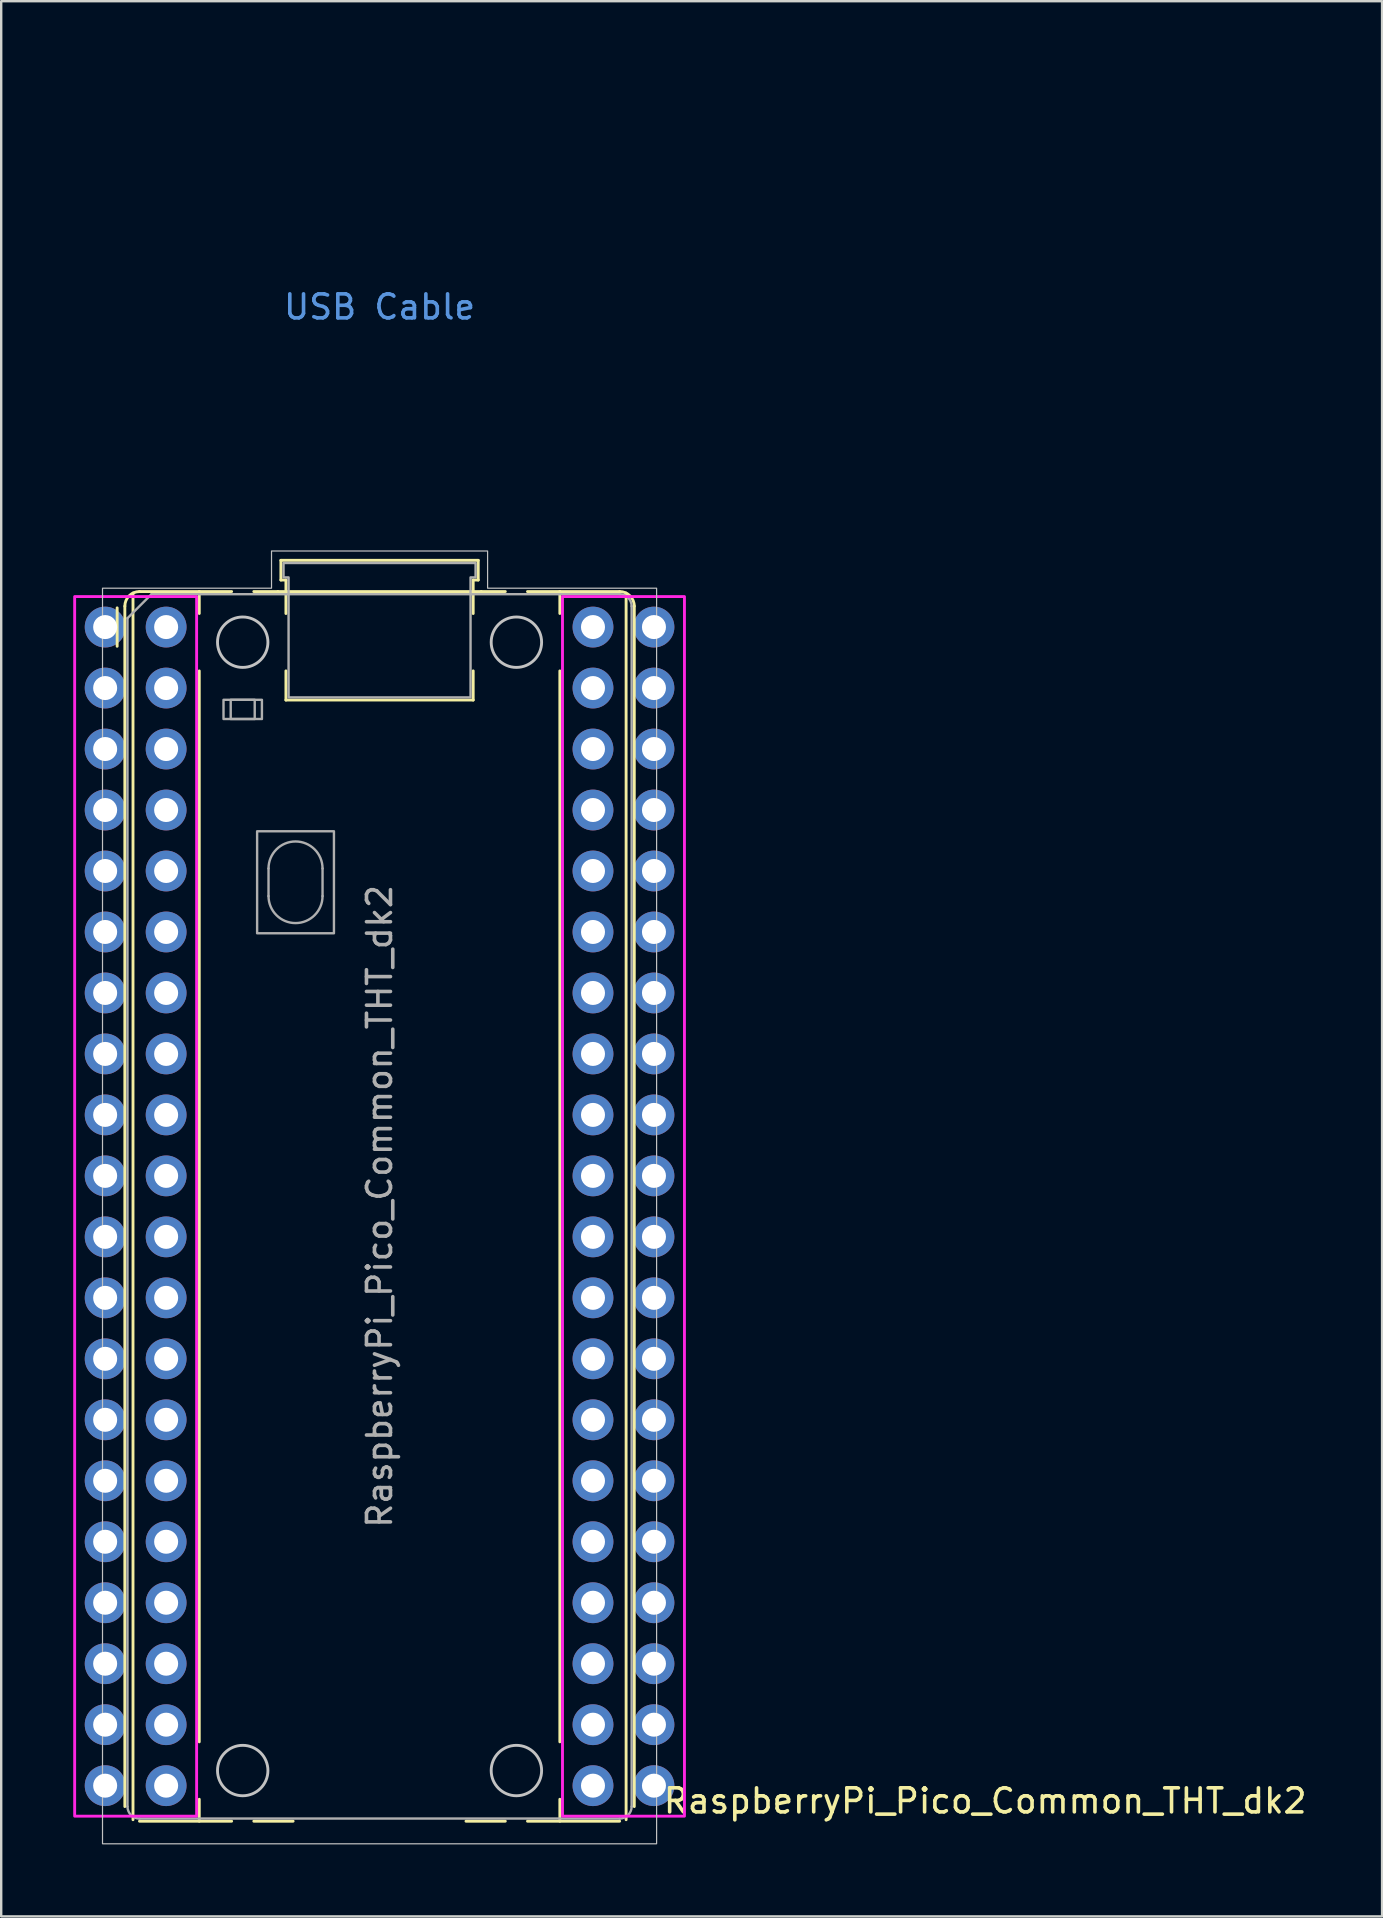
<source format=kicad_pcb>
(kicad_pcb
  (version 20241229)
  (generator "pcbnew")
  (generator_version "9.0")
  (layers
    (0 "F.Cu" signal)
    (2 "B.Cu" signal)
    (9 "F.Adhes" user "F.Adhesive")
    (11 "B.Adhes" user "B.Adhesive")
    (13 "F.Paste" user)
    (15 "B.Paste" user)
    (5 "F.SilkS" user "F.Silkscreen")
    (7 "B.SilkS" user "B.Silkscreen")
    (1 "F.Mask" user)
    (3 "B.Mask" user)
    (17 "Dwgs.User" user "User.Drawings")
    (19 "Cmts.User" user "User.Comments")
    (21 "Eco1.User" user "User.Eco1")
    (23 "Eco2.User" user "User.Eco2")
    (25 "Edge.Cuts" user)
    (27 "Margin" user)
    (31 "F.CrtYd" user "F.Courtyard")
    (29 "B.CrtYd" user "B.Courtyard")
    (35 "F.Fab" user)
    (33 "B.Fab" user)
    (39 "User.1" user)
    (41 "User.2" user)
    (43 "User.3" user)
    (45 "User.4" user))
  (footprint "RaspberryPi_Pico_Common_THT_dk2"
    (layer "F.Cu")
    (at 3.87 23.07)
    (property "Reference" "RaspberryPi_Pico_Common_THT_dk2" (at 20.637 48.895 0) (unlocked yes) (layer "F.SilkS") (effects (font (size 1 1) (thickness 0.15)) (justify left)))
    (attr through_hole)
    (fp_line (start -2.04 0.8) (end -2.04 -0.8) (stroke (width 0.12) (type solid)) (layer "F.SilkS"))
    (fp_line (start -1.72 -0.87) (end -1.72 49.13) (stroke (width 0.12) (type solid)) (layer "F.SilkS"))
    (fp_line (start -1.38 -1.417) (end -1.38 49.677) (stroke (width 0.12) (type solid)) (layer "F.SilkS"))
    (fp_line (start -1.11 -1.48) (end 1.38 -1.48) (stroke (width 0.12) (type solid)) (layer "F.SilkS"))
    (fp_line (start -1.11 49.74) (end 2.728 49.74) (stroke (width 0.12) (type solid)) (layer "F.SilkS"))
    (fp_line (start 1.38 -1.48) (end 1.38 -0.566) (stroke (width 0.12) (type solid)) (layer "F.SilkS"))
    (fp_line (start 1.38 -1.48) (end 2.728 -1.48) (stroke (width 0.12) (type solid)) (layer "F.SilkS"))
    (fp_line (start 1.38 1.826) (end 1.38 46.434) (stroke (width 0.12) (type solid)) (layer "F.SilkS"))
    (fp_line (start 1.38 48.826) (end 1.38 49.74) (stroke (width 0.12) (type solid)) (layer "F.SilkS"))
    (fp_line (start 3.652 -1.48) (end 4.655 -1.48) (stroke (width 0.12) (type solid)) (layer "F.SilkS"))
    (fp_line (start 4.655 -1.48) (end 13.125 -1.48) (stroke (width 0.12) (type solid)) (layer "F.SilkS"))
    (fp_line (start 4.78 -2.78) (end 4.78 -1.96) (stroke (width 0.12) (type solid)) (layer "F.SilkS"))
    (fp_line (start 4.78 -2.78) (end 13 -2.78) (stroke (width 0.12) (type solid)) (layer "F.SilkS"))
    (fp_line (start 4.78 -1.96) (end 4.99 -1.96) (stroke (width 0.12) (type solid)) (layer "F.SilkS"))
    (fp_line (start 4.99 -1.96) (end 4.99 -0.564) (stroke (width 0.12) (type solid)) (layer "F.SilkS"))
    (fp_line (start 4.99 1.824) (end 4.99 3.04) (stroke (width 0.12) (type solid)) (layer "F.SilkS"))
    (fp_line (start 5.29 49.74) (end 3.652 49.74) (stroke (width 0.12) (type solid)) (layer "F.SilkS"))
    (fp_line (start 12.79 -1.96) (end 12.79 -0.564) (stroke (width 0.12) (type solid)) (layer "F.SilkS"))
    (fp_line (start 12.79 1.824) (end 12.79 3.04) (stroke (width 0.12) (type solid)) (layer "F.SilkS"))
    (fp_line (start 12.79 3.04) (end 4.99 3.04) (stroke (width 0.12) (type solid)) (layer "F.SilkS"))
    (fp_line (start 13 -2.78) (end 13 -1.96) (stroke (width 0.12) (type solid)) (layer "F.SilkS"))
    (fp_line (start 13 -1.96) (end 12.79 -1.96) (stroke (width 0.12) (type solid)) (layer "F.SilkS"))
    (fp_line (start 13.125 -1.48) (end 14.128 -1.48) (stroke (width 0.12) (type solid)) (layer "F.SilkS"))
    (fp_line (start 14.128 49.74) (end 12.49 49.74) (stroke (width 0.12) (type solid)) (layer "F.SilkS"))
    (fp_line (start 15.052 -1.48) (end 16.4 -1.48) (stroke (width 0.12) (type solid)) (layer "F.SilkS"))
    (fp_line (start 15.052 49.74) (end 18.89 49.74) (stroke (width 0.12) (type solid)) (layer "F.SilkS"))
    (fp_line (start 16.4 -1.48) (end 16.4 -0.566) (stroke (width 0.12) (type solid)) (layer "F.SilkS"))
    (fp_line (start 16.4 1.826) (end 16.4 46.434) (stroke (width 0.12) (type solid)) (layer "F.SilkS"))
    (fp_line (start 16.4 48.826) (end 16.4 49.74) (stroke (width 0.12) (type solid)) (layer "F.SilkS"))
    (fp_line (start 18.89 -1.48) (end 16.4 -1.48) (stroke (width 0.12) (type solid)) (layer "F.SilkS"))
    (fp_line (start 19.16 49.677) (end 19.16 -1.417) (stroke (width 0.12) (type solid)) (layer "F.SilkS"))
    (fp_line (start 19.5 -0.87) (end 19.5 49.13) (stroke (width 0.12) (type solid)) (layer "F.SilkS"))
    (fp_arc (start -1.72 -0.87) (mid -1.541335 -1.301335) (end -1.11 -1.48) (stroke (width 0.12) (type solid)) (layer "F.SilkS"))
    (fp_arc (start 18.89 -1.48) (mid 19.321335 -1.301335) (end 19.5 -0.87) (stroke (width 0.12) (type solid)) (layer "F.SilkS"))
    (fp_circle (center 3.19 0.63) (end 4.24 0.63) (stroke (width 0.12) (type solid)) (fill no) (layer "Dwgs.User"))
    (fp_circle (center 3.19 47.63) (end 4.24 47.63) (stroke (width 0.12) (type solid)) (fill no) (layer "Dwgs.User"))
    (fp_circle (center 14.59 0.63) (end 15.64 0.63) (stroke (width 0.12) (type solid)) (fill no) (layer "Dwgs.User"))
    (fp_circle (center 14.59 47.63) (end 15.64 47.63) (stroke (width 0.12) (type solid)) (fill no) (layer "Dwgs.User"))
    (fp_poly (pts (xy 4.39 -3.17) (xy 13.39 -3.17) (xy 13.39 -1.62) (xy 20.43 -1.62) (xy 20.43 50.68) (xy -2.65 50.68) (xy -2.65 -1.62) (xy 4.39 -1.62)) (stroke (width 0.05) (type solid)) (fill no) (layer "Dwgs.User"))
    (fp_rect (start -3.81 -1.27) (end 1.27 49.53) (stroke (width 0.12) (type default)) (fill no) (layer "F.CrtYd"))
    (fp_rect (start 16.51 -1.27) (end 21.59 49.53) (stroke (width 0.12) (type default)) (fill no) (layer "F.CrtYd"))
    (fp_line (start -1.61 -0.37) (end -0.61 -1.37) (stroke (width 0.1) (type solid)) (layer "F.Fab"))
    (fp_line (start -1.61 49.13) (end -1.61 -0.37) (stroke (width 0.1) (type solid)) (layer "F.Fab"))
    (fp_line (start -0.61 -1.37) (end 18.89 -1.37) (stroke (width 0.1) (type solid)) (layer "F.Fab"))
    (fp_line (start 4.265 10.055) (end 4.265 11.205) (stroke (width 0.1) (type solid)) (layer "F.Fab"))
    (fp_line (start 6.515 10.055) (end 6.515 11.205) (stroke (width 0.1) (type solid)) (layer "F.Fab"))
    (fp_line (start 18.89 49.63) (end -1.11 49.63) (stroke (width 0.1) (type solid)) (layer "F.Fab"))
    (fp_line (start 19.39 -0.87) (end 19.39 49.13) (stroke (width 0.1) (type solid)) (layer "F.Fab"))
    (fp_rect (start 2.39 3.03) (end 3.99 3.83) (stroke (width 0.1) (type solid)) (fill no) (layer "F.Fab"))
    (fp_rect (start 2.69 3.03) (end 3.69 3.83) (stroke (width 0.1) (type solid)) (fill no) (layer "F.Fab"))
    (fp_rect (start 3.79 8.505) (end 6.99 12.755) (stroke (width 0.1) (type solid)) (fill no) (layer "F.Fab"))
    (fp_arc (start -1.11 49.63) (mid -1.463553 49.483553) (end -1.61 49.13) (stroke (width 0.1) (type solid)) (layer "F.Fab"))
    (fp_arc (start 4.265 10.055) (mid 5.39 8.93) (end 6.515 10.055) (stroke (width 0.1) (type solid)) (layer "F.Fab"))
    (fp_arc (start 6.515 11.205) (mid 5.39 12.33) (end 4.265 11.205) (stroke (width 0.1) (type solid)) (layer "F.Fab"))
    (fp_arc (start 18.89 -1.37) (mid 19.243553 -1.223553) (end 19.39 -0.87) (stroke (width 0.1) (type solid)) (layer "F.Fab"))
    (fp_arc (start 19.39 49.13) (mid 19.243553 49.483553) (end 18.89 49.63) (stroke (width 0.1) (type solid)) (layer "F.Fab"))
    (fp_poly (pts (xy 12.68 2.93) (xy 12.68 -2.07) (xy 12.89 -2.07) (xy 12.89 -2.67) (xy 4.89 -2.67) (xy 4.89 -2.07) (xy 5.1 -2.07) (xy 5.1 2.93)) (stroke (width 0.1) (type solid)) (fill no) (layer "F.Fab"))
    (fp_text user "USB Cable" (at 8.89 -13.335 0) (unlocked yes) (layer "Cmts.User") (effects (font (size 1 1) (thickness 0.15))))
    (fp_text user "${REFERENCE}" (at 8.89 24.13 90) (layer "F.Fab") (effects (font (size 1 1) (thickness 0.15))))
    (pad "1" thru_hole circle (at -2.54 0) (size 1.7 1.7) (drill 1) (layers "*.Cu" "*.Mask"))
    (pad "1" thru_hole circle (at 0 0) (size 1.7 1.7) (drill 1) (layers "*.Cu" "*.Mask"))
    (pad "2" thru_hole circle (at -2.54 2.54) (size 1.7 1.7) (drill 1) (layers "*.Cu" "*.Mask"))
    (pad "2" thru_hole circle (at 0 2.54) (size 1.7 1.7) (drill 1) (layers "*.Cu" "*.Mask"))
    (pad "3" thru_hole circle (at -2.54 5.08) (size 1.7 1.7) (drill 1) (layers "*.Cu" "*.Mask"))
    (pad "3" thru_hole circle (at 0 5.08) (size 1.7 1.7) (drill 1) (layers "*.Cu" "*.Mask"))
    (pad "4" thru_hole circle (at -2.54 7.62) (size 1.7 1.7) (drill 1) (layers "*.Cu" "*.Mask"))
    (pad "4" thru_hole circle (at 0 7.62) (size 1.7 1.7) (drill 1) (layers "*.Cu" "*.Mask"))
    (pad "5" thru_hole circle (at -2.54 10.16) (size 1.7 1.7) (drill 1) (layers "*.Cu" "*.Mask"))
    (pad "5" thru_hole circle (at 0 10.16) (size 1.7 1.7) (drill 1) (layers "*.Cu" "*.Mask"))
    (pad "6" thru_hole circle (at -2.54 12.7) (size 1.7 1.7) (drill 1) (layers "*.Cu" "*.Mask"))
    (pad "6" thru_hole circle (at 0 12.7) (size 1.7 1.7) (drill 1) (layers "*.Cu" "*.Mask"))
    (pad "7" thru_hole circle (at -2.54 15.24) (size 1.7 1.7) (drill 1) (layers "*.Cu" "*.Mask"))
    (pad "7" thru_hole circle (at 0 15.24) (size 1.7 1.7) (drill 1) (layers "*.Cu" "*.Mask"))
    (pad "8" thru_hole circle (at -2.54 17.78) (size 1.7 1.7) (drill 1) (layers "*.Cu" "*.Mask"))
    (pad "8" thru_hole circle (at 0 17.78) (size 1.7 1.7) (drill 1) (layers "*.Cu" "*.Mask"))
    (pad "9" thru_hole circle (at -2.54 20.32) (size 1.7 1.7) (drill 1) (layers "*.Cu" "*.Mask"))
    (pad "9" thru_hole circle (at 0 20.32) (size 1.7 1.7) (drill 1) (layers "*.Cu" "*.Mask"))
    (pad "10" thru_hole circle (at -2.54 22.86) (size 1.7 1.7) (drill 1) (layers "*.Cu" "*.Mask"))
    (pad "10" thru_hole circle (at 0 22.86) (size 1.7 1.7) (drill 1) (layers "*.Cu" "*.Mask"))
    (pad "11" thru_hole circle (at -2.54 25.4) (size 1.7 1.7) (drill 1) (layers "*.Cu" "*.Mask"))
    (pad "11" thru_hole circle (at 0 25.4) (size 1.7 1.7) (drill 1) (layers "*.Cu" "*.Mask"))
    (pad "12" thru_hole circle (at -2.54 27.94) (size 1.7 1.7) (drill 1) (layers "*.Cu" "*.Mask"))
    (pad "12" thru_hole circle (at 0 27.94) (size 1.7 1.7) (drill 1) (layers "*.Cu" "*.Mask"))
    (pad "13" thru_hole circle (at -2.54 30.48) (size 1.7 1.7) (drill 1) (layers "*.Cu" "*.Mask"))
    (pad "13" thru_hole circle (at 0 30.48) (size 1.7 1.7) (drill 1) (layers "*.Cu" "*.Mask"))
    (pad "14" thru_hole circle (at -2.54 33.02) (size 1.7 1.7) (drill 1) (layers "*.Cu" "*.Mask"))
    (pad "14" thru_hole circle (at 0 33.02) (size 1.7 1.7) (drill 1) (layers "*.Cu" "*.Mask"))
    (pad "15" thru_hole circle (at -2.54 35.56) (size 1.7 1.7) (drill 1) (layers "*.Cu" "*.Mask"))
    (pad "15" thru_hole circle (at 0 35.56) (size 1.7 1.7) (drill 1) (layers "*.Cu" "*.Mask"))
    (pad "16" thru_hole circle (at -2.54 38.1) (size 1.7 1.7) (drill 1) (layers "*.Cu" "*.Mask"))
    (pad "16" thru_hole circle (at 0 38.1) (size 1.7 1.7) (drill 1) (layers "*.Cu" "*.Mask"))
    (pad "17" thru_hole circle (at -2.54 40.64) (size 1.7 1.7) (drill 1) (layers "*.Cu" "*.Mask"))
    (pad "17" thru_hole circle (at 0 40.64) (size 1.7 1.7) (drill 1) (layers "*.Cu" "*.Mask"))
    (pad "18" thru_hole circle (at -2.54 43.18) (size 1.7 1.7) (drill 1) (layers "*.Cu" "*.Mask"))
    (pad "18" thru_hole circle (at 0 43.18) (size 1.7 1.7) (drill 1) (layers "*.Cu" "*.Mask"))
    (pad "19" thru_hole circle (at -2.54 45.72) (size 1.7 1.7) (drill 1) (layers "*.Cu" "*.Mask"))
    (pad "19" thru_hole circle (at 0 45.72) (size 1.7 1.7) (drill 1) (layers "*.Cu" "*.Mask"))
    (pad "20" thru_hole circle (at -2.54 48.26) (size 1.7 1.7) (drill 1) (layers "*.Cu" "*.Mask"))
    (pad "20" thru_hole circle (at 0 48.26) (size 1.7 1.7) (drill 1) (layers "*.Cu" "*.Mask"))
    (pad "21" thru_hole circle (at 17.78 48.26) (size 1.7 1.7) (drill 1) (layers "*.Cu" "*.Mask"))
    (pad "21" thru_hole circle (at 20.32 48.26) (size 1.7 1.7) (drill 1) (layers "*.Cu" "*.Mask"))
    (pad "22" thru_hole circle (at 17.78 45.72) (size 1.7 1.7) (drill 1) (layers "*.Cu" "*.Mask"))
    (pad "22" thru_hole circle (at 20.32 45.72) (size 1.7 1.7) (drill 1) (layers "*.Cu" "*.Mask"))
    (pad "23" thru_hole circle (at 17.78 43.18) (size 1.7 1.7) (drill 1) (layers "*.Cu" "*.Mask"))
    (pad "23" thru_hole circle (at 20.32 43.18) (size 1.7 1.7) (drill 1) (layers "*.Cu" "*.Mask"))
    (pad "24" thru_hole circle (at 17.78 40.64) (size 1.7 1.7) (drill 1) (layers "*.Cu" "*.Mask"))
    (pad "24" thru_hole circle (at 20.32 40.64) (size 1.7 1.7) (drill 1) (layers "*.Cu" "*.Mask"))
    (pad "25" thru_hole circle (at 17.78 38.1) (size 1.7 1.7) (drill 1) (layers "*.Cu" "*.Mask"))
    (pad "25" thru_hole circle (at 20.32 38.1) (size 1.7 1.7) (drill 1) (layers "*.Cu" "*.Mask"))
    (pad "26" thru_hole circle (at 17.78 35.56) (size 1.7 1.7) (drill 1) (layers "*.Cu" "*.Mask"))
    (pad "26" thru_hole circle (at 20.32 35.56) (size 1.7 1.7) (drill 1) (layers "*.Cu" "*.Mask"))
    (pad "27" thru_hole circle (at 17.78 33.02) (size 1.7 1.7) (drill 1) (layers "*.Cu" "*.Mask"))
    (pad "27" thru_hole circle (at 20.32 33.02) (size 1.7 1.7) (drill 1) (layers "*.Cu" "*.Mask"))
    (pad "28" thru_hole circle (at 17.78 30.48) (size 1.7 1.7) (drill 1) (layers "*.Cu" "*.Mask"))
    (pad "28" thru_hole circle (at 20.32 30.48) (size 1.7 1.7) (drill 1) (layers "*.Cu" "*.Mask"))
    (pad "29" thru_hole circle (at 17.78 27.94) (size 1.7 1.7) (drill 1) (layers "*.Cu" "*.Mask"))
    (pad "29" thru_hole circle (at 20.32 27.94) (size 1.7 1.7) (drill 1) (layers "*.Cu" "*.Mask"))
    (pad "30" thru_hole circle (at 17.78 25.4) (size 1.7 1.7) (drill 1) (layers "*.Cu" "*.Mask"))
    (pad "30" thru_hole circle (at 20.32 25.4) (size 1.7 1.7) (drill 1) (layers "*.Cu" "*.Mask"))
    (pad "31" thru_hole circle (at 17.78 22.86) (size 1.7 1.7) (drill 1) (layers "*.Cu" "*.Mask"))
    (pad "31" thru_hole circle (at 20.32 22.86) (size 1.7 1.7) (drill 1) (layers "*.Cu" "*.Mask"))
    (pad "32" thru_hole circle (at 17.78 20.32) (size 1.7 1.7) (drill 1) (layers "*.Cu" "*.Mask"))
    (pad "32" thru_hole circle (at 20.32 20.32) (size 1.7 1.7) (drill 1) (layers "*.Cu" "*.Mask"))
    (pad "33" thru_hole circle (at 17.78 17.78) (size 1.7 1.7) (drill 1) (layers "*.Cu" "*.Mask"))
    (pad "33" thru_hole circle (at 20.32 17.78) (size 1.7 1.7) (drill 1) (layers "*.Cu" "*.Mask"))
    (pad "34" thru_hole circle (at 17.78 15.24) (size 1.7 1.7) (drill 1) (layers "*.Cu" "*.Mask"))
    (pad "34" thru_hole circle (at 20.32 15.24) (size 1.7 1.7) (drill 1) (layers "*.Cu" "*.Mask"))
    (pad "35" thru_hole circle (at 17.78 12.7) (size 1.7 1.7) (drill 1) (layers "*.Cu" "*.Mask"))
    (pad "35" thru_hole circle (at 20.32 12.7) (size 1.7 1.7) (drill 1) (layers "*.Cu" "*.Mask"))
    (pad "36" thru_hole circle (at 17.78 10.16) (size 1.7 1.7) (drill 1) (layers "*.Cu" "*.Mask"))
    (pad "36" thru_hole circle (at 20.32 10.16) (size 1.7 1.7) (drill 1) (layers "*.Cu" "*.Mask"))
    (pad "37" thru_hole circle (at 17.78 7.62) (size 1.7 1.7) (drill 1) (layers "*.Cu" "*.Mask"))
    (pad "37" thru_hole circle (at 20.32 7.62) (size 1.7 1.7) (drill 1) (layers "*.Cu" "*.Mask"))
    (pad "38" thru_hole circle (at 17.78 5.08) (size 1.7 1.7) (drill 1) (layers "*.Cu" "*.Mask"))
    (pad "38" thru_hole circle (at 20.32 5.08) (size 1.7 1.7) (drill 1) (layers "*.Cu" "*.Mask"))
    (pad "39" thru_hole circle (at 17.78 2.54) (size 1.7 1.7) (drill 1) (layers "*.Cu" "*.Mask"))
    (pad "39" thru_hole circle (at 20.32 2.54) (size 1.7 1.7) (drill 1) (layers "*.Cu" "*.Mask"))
    (pad "40" thru_hole circle (at 17.78 0) (size 1.7 1.7) (drill 1) (layers "*.Cu" "*.Mask"))
    (pad "40" thru_hole circle (at 20.32 0) (size 1.7 1.7) (drill 1) (layers "*.Cu" "*.Mask"))
    (zone (net_name "") (layer "F.CrtYd") (name "USB Cable") (hatch edge 0.5) (connect_pads) (min_thickness 0.254) (filled_areas_thickness no) (keepout (tracks allowed) (vias allowed) (pads allowed) (copperpour allowed) (footprints allowed)) (placement (enabled no)) (fill) (polygon (pts (xy 7.01 19.5) (xy 8.82 19.5) (xy 8.82 19.9) (xy 16.7 19.9) (xy 16.7 19.5) (xy 18.51 19.5) (xy 18.51 0) (xy 7.01 0)))))
  (gr_rect
    (start -3 -3)
    (end 54.519 76.775)
    (stroke (width 0.1) (type default))
    (fill no)
    (layer "Edge.Cuts")))
</source>
